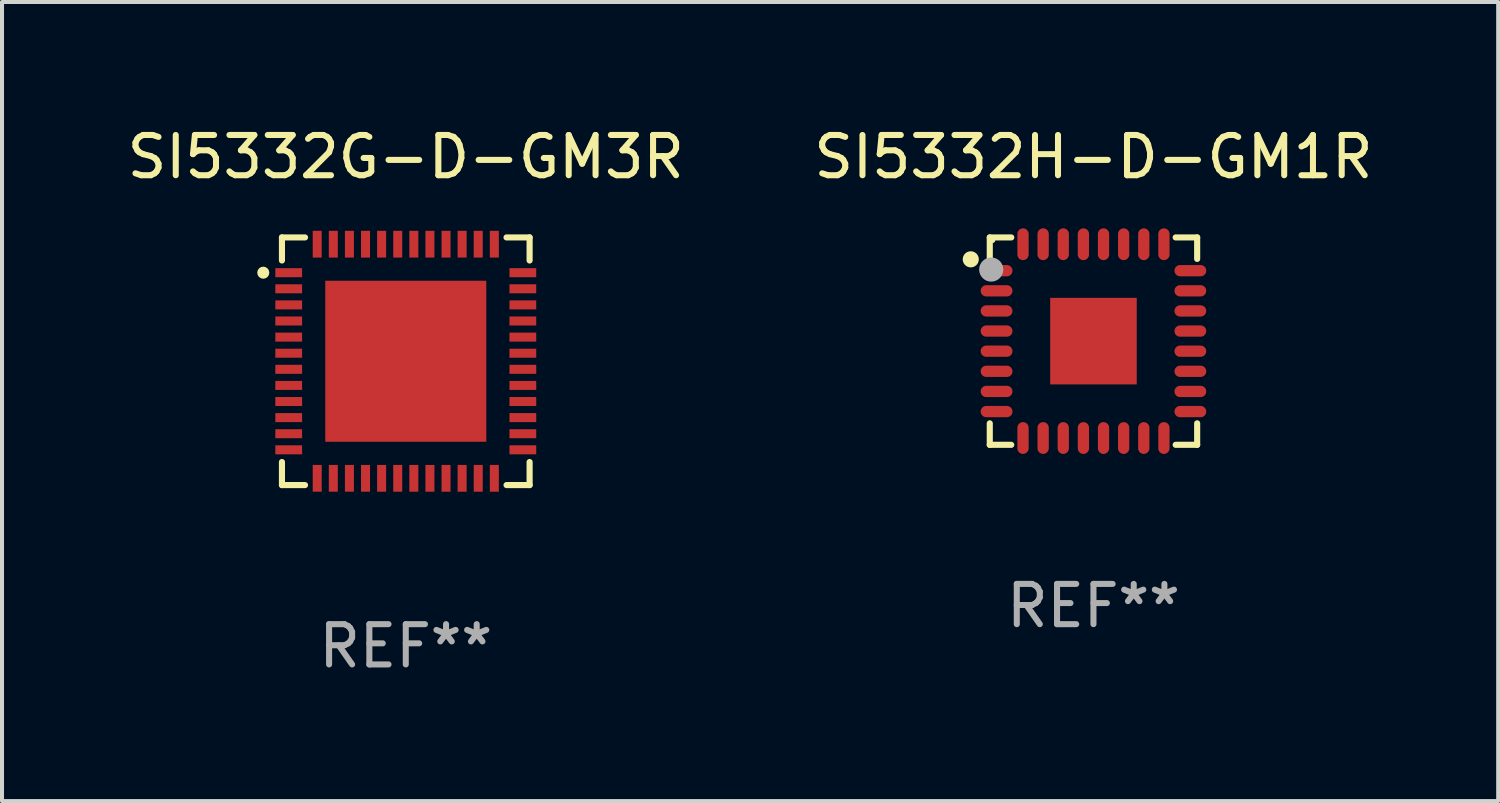
<source format=kicad_pcb>
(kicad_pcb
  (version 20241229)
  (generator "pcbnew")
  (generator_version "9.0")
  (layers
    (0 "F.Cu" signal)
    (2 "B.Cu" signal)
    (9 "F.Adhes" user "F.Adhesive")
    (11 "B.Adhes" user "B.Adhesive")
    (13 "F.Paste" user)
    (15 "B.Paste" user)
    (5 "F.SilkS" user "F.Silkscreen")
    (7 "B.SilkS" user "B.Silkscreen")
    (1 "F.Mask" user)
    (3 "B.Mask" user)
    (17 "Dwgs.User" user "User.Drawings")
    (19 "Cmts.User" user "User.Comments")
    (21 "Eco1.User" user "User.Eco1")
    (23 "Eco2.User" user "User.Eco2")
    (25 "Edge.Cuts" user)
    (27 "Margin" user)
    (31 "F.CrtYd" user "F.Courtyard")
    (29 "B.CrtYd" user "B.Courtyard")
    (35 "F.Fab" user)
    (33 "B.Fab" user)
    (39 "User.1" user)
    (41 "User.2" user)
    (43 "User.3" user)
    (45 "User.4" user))
  (footprint "SI5332G-D-GM3R"
    (layer "F.Cu")
    (at 7.03 5.924)
    (property "Reference" "SI5332G-D-GM3R" (at 0 -5.076 0) (layer "F.SilkS") (effects (font (size 1 1) (thickness 0.15))))
    (attr through_hole)
    (fp_line (start -3.076 -3.076) (end -3.076 -2.503) (stroke (width 0.152) (type solid)) (layer "F.SilkS"))
    (fp_line (start -3.076 3.076) (end -3.076 2.503) (stroke (width 0.152) (type solid)) (layer "F.SilkS"))
    (fp_line (start -2.503 -3.076) (end -3.076 -3.076) (stroke (width 0.152) (type solid)) (layer "F.SilkS"))
    (fp_line (start -2.503 3.076) (end -3.076 3.076) (stroke (width 0.152) (type solid)) (layer "F.SilkS"))
    (fp_line (start 2.503 -3.076) (end 3.076 -3.076) (stroke (width 0.152) (type solid)) (layer "F.SilkS"))
    (fp_line (start 2.503 3.076) (end 3.076 3.076) (stroke (width 0.152) (type solid)) (layer "F.SilkS"))
    (fp_line (start 3.076 -3.076) (end 3.076 -2.503) (stroke (width 0.152) (type solid)) (layer "F.SilkS"))
    (fp_line (start 3.076 3.076) (end 3.076 2.503) (stroke (width 0.152) (type solid)) (layer "F.SilkS"))
    (fp_circle (center -3.54 -2.2) (end -3.465 -2.2) (stroke (width 0.15) (type solid)) (fill no) (layer "F.SilkS"))
    (fp_text user "REF**" (at 0 7.076 0) (layer "F.Fab") (effects (font (size 1 1) (thickness 0.15))))
    (pad "1" smd rect (at -2.908 -2.2) (size 0.665 0.224) (layers "F.Cu" "F.Mask" "F.Paste"))
    (pad "2" smd rect (at -2.908 -1.8) (size 0.665 0.224) (layers "F.Cu" "F.Mask" "F.Paste"))
    (pad "3" smd rect (at -2.908 -1.4) (size 0.665 0.224) (layers "F.Cu" "F.Mask" "F.Paste"))
    (pad "4" smd rect (at -2.908 -1) (size 0.665 0.224) (layers "F.Cu" "F.Mask" "F.Paste"))
    (pad "5" smd rect (at -2.908 -0.6) (size 0.665 0.224) (layers "F.Cu" "F.Mask" "F.Paste"))
    (pad "6" smd rect (at -2.908 -0.2) (size 0.665 0.224) (layers "F.Cu" "F.Mask" "F.Paste"))
    (pad "7" smd rect (at -2.908 0.2) (size 0.665 0.224) (layers "F.Cu" "F.Mask" "F.Paste"))
    (pad "8" smd rect (at -2.908 0.6) (size 0.665 0.224) (layers "F.Cu" "F.Mask" "F.Paste"))
    (pad "9" smd rect (at -2.908 1) (size 0.665 0.224) (layers "F.Cu" "F.Mask" "F.Paste"))
    (pad "10" smd rect (at -2.908 1.4) (size 0.665 0.224) (layers "F.Cu" "F.Mask" "F.Paste"))
    (pad "11" smd rect (at -2.908 1.8) (size 0.665 0.224) (layers "F.Cu" "F.Mask" "F.Paste"))
    (pad "12" smd rect (at -2.908 2.2) (size 0.665 0.224) (layers "F.Cu" "F.Mask" "F.Paste"))
    (pad "13" smd rect (at -2.2 2.908) (size 0.224 0.665) (layers "F.Cu" "F.Mask" "F.Paste"))
    (pad "14" smd rect (at -1.8 2.908) (size 0.224 0.665) (layers "F.Cu" "F.Mask" "F.Paste"))
    (pad "15" smd rect (at -1.4 2.908) (size 0.224 0.665) (layers "F.Cu" "F.Mask" "F.Paste"))
    (pad "16" smd rect (at -1 2.908) (size 0.224 0.665) (layers "F.Cu" "F.Mask" "F.Paste"))
    (pad "17" smd rect (at -0.6 2.908) (size 0.224 0.665) (layers "F.Cu" "F.Mask" "F.Paste"))
    (pad "18" smd rect (at -0.2 2.908) (size 0.224 0.665) (layers "F.Cu" "F.Mask" "F.Paste"))
    (pad "19" smd rect (at 0.2 2.908) (size 0.224 0.665) (layers "F.Cu" "F.Mask" "F.Paste"))
    (pad "20" smd rect (at 0.6 2.908) (size 0.224 0.665) (layers "F.Cu" "F.Mask" "F.Paste"))
    (pad "21" smd rect (at 1 2.908) (size 0.224 0.665) (layers "F.Cu" "F.Mask" "F.Paste"))
    (pad "22" smd rect (at 1.4 2.908) (size 0.224 0.665) (layers "F.Cu" "F.Mask" "F.Paste"))
    (pad "23" smd rect (at 1.8 2.908) (size 0.224 0.665) (layers "F.Cu" "F.Mask" "F.Paste"))
    (pad "24" smd rect (at 2.2 2.908) (size 0.224 0.665) (layers "F.Cu" "F.Mask" "F.Paste"))
    (pad "25" smd rect (at 2.908 2.2) (size 0.665 0.224) (layers "F.Cu" "F.Mask" "F.Paste"))
    (pad "26" smd rect (at 2.908 1.8) (size 0.665 0.224) (layers "F.Cu" "F.Mask" "F.Paste"))
    (pad "27" smd rect (at 2.908 1.4) (size 0.665 0.224) (layers "F.Cu" "F.Mask" "F.Paste"))
    (pad "28" smd rect (at 2.908 1) (size 0.665 0.224) (layers "F.Cu" "F.Mask" "F.Paste"))
    (pad "29" smd rect (at 2.908 0.6) (size 0.665 0.224) (layers "F.Cu" "F.Mask" "F.Paste"))
    (pad "30" smd rect (at 2.908 0.2) (size 0.665 0.224) (layers "F.Cu" "F.Mask" "F.Paste"))
    (pad "31" smd rect (at 2.908 -0.2) (size 0.665 0.224) (layers "F.Cu" "F.Mask" "F.Paste"))
    (pad "32" smd rect (at 2.908 -0.6) (size 0.665 0.224) (layers "F.Cu" "F.Mask" "F.Paste"))
    (pad "33" smd rect (at 2.908 -1) (size 0.665 0.224) (layers "F.Cu" "F.Mask" "F.Paste"))
    (pad "34" smd rect (at 2.908 -1.4) (size 0.665 0.224) (layers "F.Cu" "F.Mask" "F.Paste"))
    (pad "35" smd rect (at 2.908 -1.8) (size 0.665 0.224) (layers "F.Cu" "F.Mask" "F.Paste"))
    (pad "36" smd rect (at 2.908 -2.2) (size 0.665 0.224) (layers "F.Cu" "F.Mask" "F.Paste"))
    (pad "37" smd rect (at 2.2 -2.908) (size 0.224 0.665) (layers "F.Cu" "F.Mask" "F.Paste"))
    (pad "38" smd rect (at 1.8 -2.908) (size 0.224 0.665) (layers "F.Cu" "F.Mask" "F.Paste"))
    (pad "39" smd rect (at 1.4 -2.908) (size 0.224 0.665) (layers "F.Cu" "F.Mask" "F.Paste"))
    (pad "40" smd rect (at 1 -2.908) (size 0.224 0.665) (layers "F.Cu" "F.Mask" "F.Paste"))
    (pad "41" smd rect (at 0.6 -2.908) (size 0.224 0.665) (layers "F.Cu" "F.Mask" "F.Paste"))
    (pad "42" smd rect (at 0.2 -2.908) (size 0.224 0.665) (layers "F.Cu" "F.Mask" "F.Paste"))
    (pad "43" smd rect (at -0.2 -2.908) (size 0.224 0.665) (layers "F.Cu" "F.Mask" "F.Paste"))
    (pad "44" smd rect (at -0.6 -2.908) (size 0.224 0.665) (layers "F.Cu" "F.Mask" "F.Paste"))
    (pad "45" smd rect (at -1 -2.908) (size 0.224 0.665) (layers "F.Cu" "F.Mask" "F.Paste"))
    (pad "46" smd rect (at -1.4 -2.908) (size 0.224 0.665) (layers "F.Cu" "F.Mask" "F.Paste"))
    (pad "47" smd rect (at -1.8 -2.908) (size 0.224 0.665) (layers "F.Cu" "F.Mask" "F.Paste"))
    (pad "48" smd rect (at -2.2 -2.908) (size 0.224 0.665) (layers "F.Cu" "F.Mask" "F.Paste"))
    (pad "49" smd rect (at 0 0) (size 4 4) (layers "F.Cu" "F.Mask" "F.Paste")))
  (footprint "SI5332H-D-GM1R"
    (layer "F.Cu")
    (at 24.113 5.424)
    (property "Reference" "SI5332H-D-GM1R" (at 0 -4.576 0) (layer "F.SilkS") (effects (font (size 1 1) (thickness 0.15))))
    (attr through_hole)
    (fp_line (start -2.576 -2.576) (end -2.042 -2.576) (stroke (width 0.152) (type solid)) (layer "F.SilkS"))
    (fp_line (start -2.576 -2.042) (end -2.576 -2.576) (stroke (width 0.152) (type solid)) (layer "F.SilkS"))
    (fp_line (start -2.576 2.042) (end -2.576 2.576) (stroke (width 0.152) (type solid)) (layer "F.SilkS"))
    (fp_line (start -2.576 2.576) (end -2.042 2.576) (stroke (width 0.152) (type solid)) (layer "F.SilkS"))
    (fp_line (start 2.576 -2.576) (end 2.042 -2.576) (stroke (width 0.152) (type solid)) (layer "F.SilkS"))
    (fp_line (start 2.576 -2.042) (end 2.576 -2.576) (stroke (width 0.152) (type solid)) (layer "F.SilkS"))
    (fp_line (start 2.576 2.042) (end 2.576 2.576) (stroke (width 0.152) (type solid)) (layer "F.SilkS"))
    (fp_line (start 2.576 2.576) (end 2.042 2.576) (stroke (width 0.152) (type solid)) (layer "F.SilkS"))
    (fp_circle (center -3.048 -2.032) (end -2.948 -2.032) (stroke (width 0.2) (type solid)) (fill no) (layer "F.SilkS"))
    (fp_circle (center -2.5 -2.5) (end -2.47 -2.5) (stroke (width 0.06) (type solid)) (fill no) (layer "F.SilkS"))
    (fp_circle (center -2.54 -1.778) (end -2.39 -1.778) (stroke (width 0.3) (type solid)) (fill no) (layer "F.Fab"))
    (fp_text user "REF**" (at 0 6.576 0) (layer "F.Fab") (effects (font (size 1 1) (thickness 0.15))))
    (pad "1" smd oval (at -2.407 -1.75) (size 0.79 0.28) (layers "F.Cu" "F.Mask" "F.Paste"))
    (pad "2" smd oval (at -2.407 -1.25) (size 0.79 0.28) (layers "F.Cu" "F.Mask" "F.Paste"))
    (pad "3" smd oval (at -2.407 -0.75) (size 0.79 0.28) (layers "F.Cu" "F.Mask" "F.Paste"))
    (pad "4" smd oval (at -2.407 -0.25) (size 0.79 0.28) (layers "F.Cu" "F.Mask" "F.Paste"))
    (pad "5" smd oval (at -2.407 0.25) (size 0.79 0.28) (layers "F.Cu" "F.Mask" "F.Paste"))
    (pad "6" smd oval (at -2.407 0.75) (size 0.79 0.28) (layers "F.Cu" "F.Mask" "F.Paste"))
    (pad "7" smd oval (at -2.407 1.25) (size 0.79 0.28) (layers "F.Cu" "F.Mask" "F.Paste"))
    (pad "8" smd oval (at -2.407 1.75) (size 0.79 0.28) (layers "F.Cu" "F.Mask" "F.Paste"))
    (pad "9" smd oval (at -1.75 2.407) (size 0.28 0.79) (layers "F.Cu" "F.Mask" "F.Paste"))
    (pad "10" smd oval (at -1.25 2.407) (size 0.28 0.79) (layers "F.Cu" "F.Mask" "F.Paste"))
    (pad "11" smd oval (at -0.75 2.407) (size 0.28 0.79) (layers "F.Cu" "F.Mask" "F.Paste"))
    (pad "12" smd oval (at -0.25 2.407) (size 0.28 0.79) (layers "F.Cu" "F.Mask" "F.Paste"))
    (pad "13" smd oval (at 0.25 2.407) (size 0.28 0.79) (layers "F.Cu" "F.Mask" "F.Paste"))
    (pad "14" smd oval (at 0.75 2.407) (size 0.28 0.79) (layers "F.Cu" "F.Mask" "F.Paste"))
    (pad "15" smd oval (at 1.25 2.407) (size 0.28 0.79) (layers "F.Cu" "F.Mask" "F.Paste"))
    (pad "16" smd oval (at 1.75 2.407) (size 0.28 0.79) (layers "F.Cu" "F.Mask" "F.Paste"))
    (pad "17" smd oval (at 2.407 1.75) (size 0.79 0.28) (layers "F.Cu" "F.Mask" "F.Paste"))
    (pad "18" smd oval (at 2.407 1.25) (size 0.79 0.28) (layers "F.Cu" "F.Mask" "F.Paste"))
    (pad "19" smd oval (at 2.407 0.75) (size 0.79 0.28) (layers "F.Cu" "F.Mask" "F.Paste"))
    (pad "20" smd oval (at 2.407 0.25) (size 0.79 0.28) (layers "F.Cu" "F.Mask" "F.Paste"))
    (pad "21" smd oval (at 2.407 -0.25) (size 0.79 0.28) (layers "F.Cu" "F.Mask" "F.Paste"))
    (pad "22" smd oval (at 2.407 -0.75) (size 0.79 0.28) (layers "F.Cu" "F.Mask" "F.Paste"))
    (pad "23" smd oval (at 2.407 -1.25) (size 0.79 0.28) (layers "F.Cu" "F.Mask" "F.Paste"))
    (pad "24" smd oval (at 2.407 -1.75) (size 0.79 0.28) (layers "F.Cu" "F.Mask" "F.Paste"))
    (pad "25" smd oval (at 1.75 -2.407) (size 0.28 0.79) (layers "F.Cu" "F.Mask" "F.Paste"))
    (pad "26" smd oval (at 1.25 -2.407) (size 0.28 0.79) (layers "F.Cu" "F.Mask" "F.Paste"))
    (pad "27" smd oval (at 0.75 -2.407) (size 0.28 0.79) (layers "F.Cu" "F.Mask" "F.Paste"))
    (pad "28" smd oval (at 0.25 -2.407) (size 0.28 0.79) (layers "F.Cu" "F.Mask" "F.Paste"))
    (pad "29" smd oval (at -0.25 -2.407) (size 0.28 0.79) (layers "F.Cu" "F.Mask" "F.Paste"))
    (pad "30" smd oval (at -0.75 -2.407) (size 0.28 0.79) (layers "F.Cu" "F.Mask" "F.Paste"))
    (pad "31" smd oval (at -1.25 -2.407) (size 0.28 0.79) (layers "F.Cu" "F.Mask" "F.Paste"))
    (pad "32" smd oval (at -1.75 -2.407) (size 0.28 0.79) (layers "F.Cu" "F.Mask" "F.Paste"))
    (pad "33" smd rect (at -0.000013 0.000013) (size 2.15 2.15) (layers "F.Cu" "F.Mask" "F.Paste")))
  (gr_rect
    (start -3 -3)
    (end 34.167 16.849)
    (stroke (width 0.1) (type default))
    (fill no)
    (layer "Edge.Cuts")))
</source>
